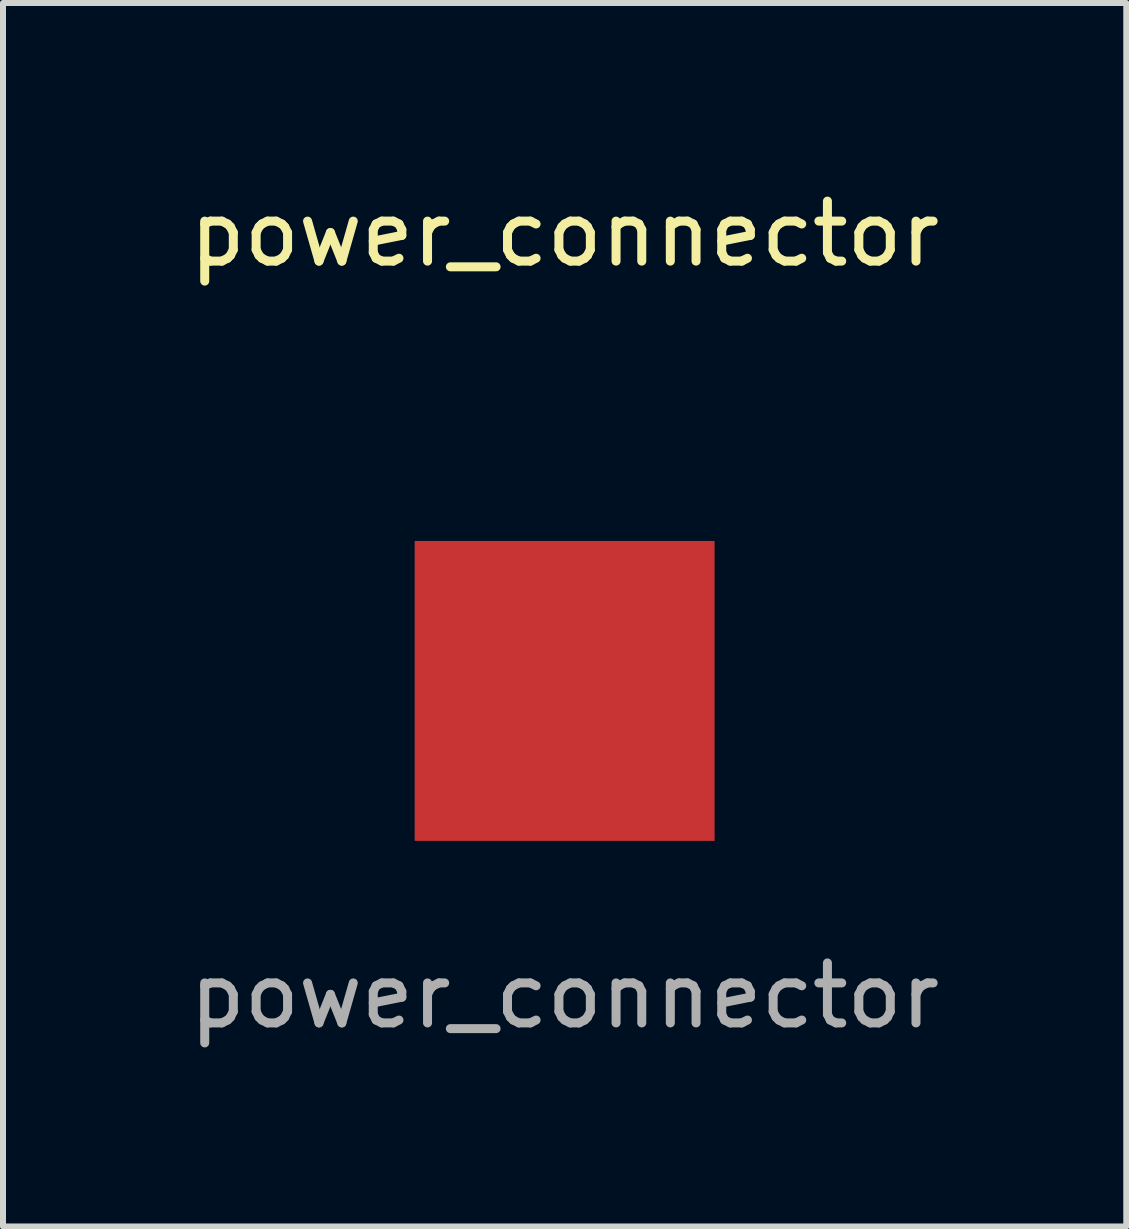
<source format=kicad_pcb>
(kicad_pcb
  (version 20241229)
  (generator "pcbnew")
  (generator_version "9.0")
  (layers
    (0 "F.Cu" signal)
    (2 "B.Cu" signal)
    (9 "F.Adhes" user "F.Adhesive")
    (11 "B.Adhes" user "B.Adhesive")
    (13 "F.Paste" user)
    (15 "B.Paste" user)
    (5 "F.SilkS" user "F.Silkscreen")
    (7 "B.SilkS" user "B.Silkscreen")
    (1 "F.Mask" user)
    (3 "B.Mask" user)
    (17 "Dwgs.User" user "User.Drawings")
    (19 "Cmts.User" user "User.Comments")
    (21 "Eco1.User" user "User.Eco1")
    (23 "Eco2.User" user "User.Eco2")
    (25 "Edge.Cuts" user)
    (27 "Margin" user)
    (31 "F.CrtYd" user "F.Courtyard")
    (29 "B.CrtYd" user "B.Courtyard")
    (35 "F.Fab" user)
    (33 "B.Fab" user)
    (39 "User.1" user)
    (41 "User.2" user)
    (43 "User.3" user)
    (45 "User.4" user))
  (footprint "power_connector"
    (layer "F.Cu")
    (at 6.363 8.468)
    (property "Reference" "power_connector" (at 0 -7.62 0) (unlocked yes) (layer "F.SilkS") (effects (font (size 1 1) (thickness 0.15))))
    (attr smd)
    (fp_text user "${REFERENCE}" (at 0 5.08 0) (unlocked yes) (layer "F.Fab") (effects (font (size 1 1) (thickness 0.15))))
    (pad "1" smd rect (at 0 0) (size 5 5) (layers "F.Cu" "F.Mask" "F.Paste")))
  (gr_rect
    (start -3 -3)
    (end 15.726 17.396)
    (stroke (width 0.1) (type default))
    (fill no)
    (layer "Edge.Cuts")))
</source>
